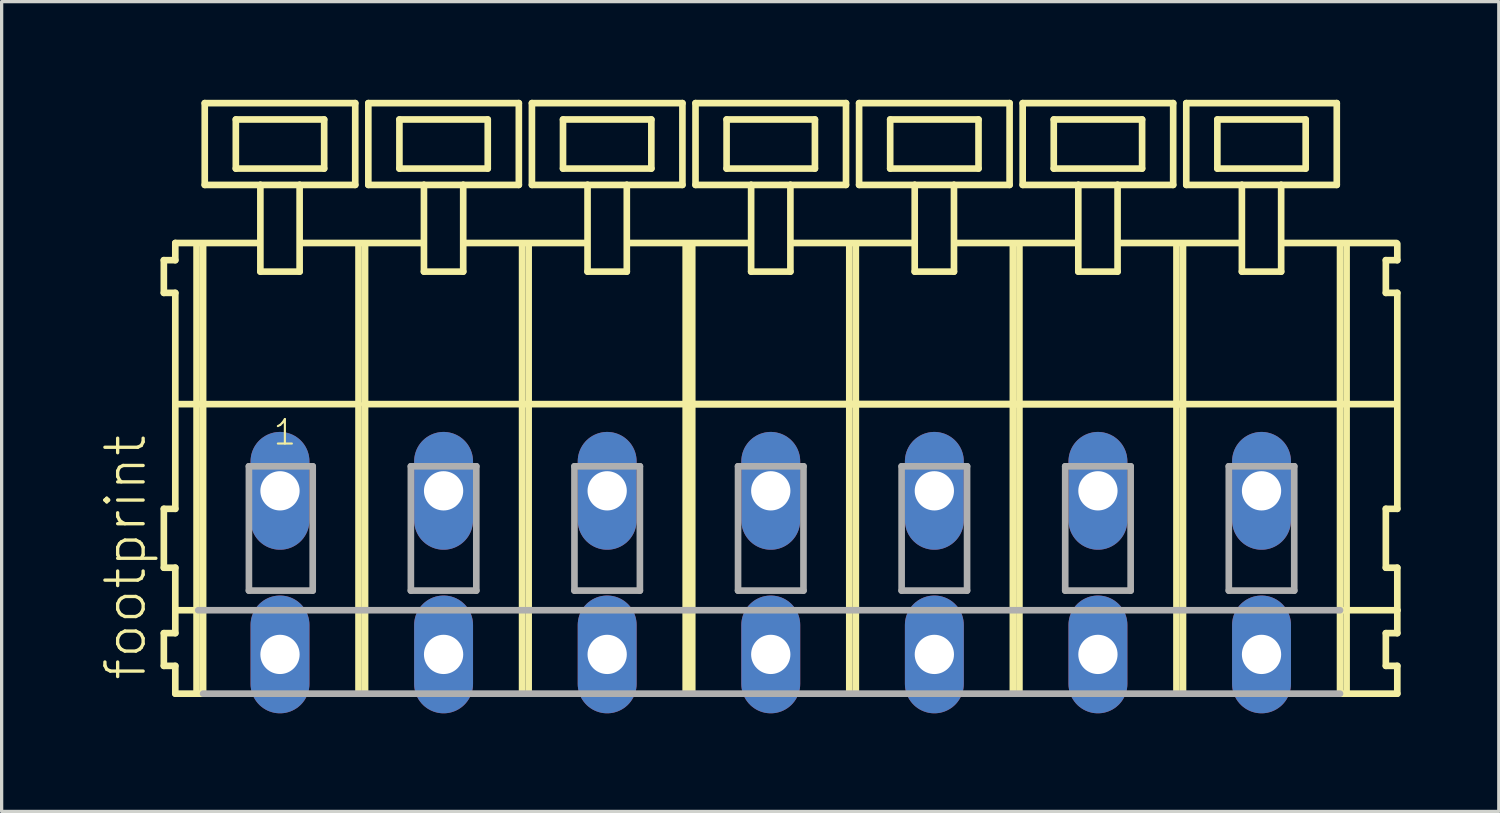
<source format=kicad_pcb>
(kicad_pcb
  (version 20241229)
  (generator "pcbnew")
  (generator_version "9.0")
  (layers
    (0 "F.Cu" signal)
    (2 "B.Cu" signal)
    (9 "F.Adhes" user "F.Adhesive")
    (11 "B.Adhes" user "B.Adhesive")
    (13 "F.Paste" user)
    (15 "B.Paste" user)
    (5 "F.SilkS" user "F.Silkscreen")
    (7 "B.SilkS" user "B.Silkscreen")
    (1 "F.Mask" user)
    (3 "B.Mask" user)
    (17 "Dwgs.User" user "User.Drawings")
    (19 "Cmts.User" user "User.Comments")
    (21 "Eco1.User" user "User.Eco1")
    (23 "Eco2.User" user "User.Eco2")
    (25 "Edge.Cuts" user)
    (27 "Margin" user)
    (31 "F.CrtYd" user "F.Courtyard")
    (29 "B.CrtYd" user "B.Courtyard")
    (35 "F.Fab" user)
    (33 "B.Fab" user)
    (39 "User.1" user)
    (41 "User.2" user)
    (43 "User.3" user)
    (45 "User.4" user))
  (footprint "footprint"
    (layer "F.Cu")
    (at 18.008 11.952)
    (property "Reference" "footprint" (at -16.535 5.855 90) (layer "F.SilkS") (effects (font (size 1.168 1.168) (thickness 0.102)) (justify left bottom)))
    (fp_line (start -16.05 -7.05) (end -16.05 -6.05) (stroke (width 0.203) (type solid)) (layer "F.SilkS"))
    (fp_line (start -16.05 -6.05) (end -15.7 -6.05) (stroke (width 0.203) (type solid)) (layer "F.SilkS"))
    (fp_line (start -16.05 0.55) (end -16.05 2.35) (stroke (width 0.203) (type solid)) (layer "F.SilkS"))
    (fp_line (start -16.05 2.35) (end -15.7 2.35) (stroke (width 0.203) (type solid)) (layer "F.SilkS"))
    (fp_line (start -16.05 4.35) (end -16.05 5.35) (stroke (width 0.203) (type solid)) (layer "F.SilkS"))
    (fp_line (start -16.05 5.35) (end -15.7 5.35) (stroke (width 0.203) (type solid)) (layer "F.SilkS"))
    (fp_line (start -15.7 -7.575) (end -15.7 -7.05) (stroke (width 0.203) (type solid)) (layer "F.SilkS"))
    (fp_line (start -15.7 -7.575) (end -13.125 -7.575) (stroke (width 0.203) (type solid)) (layer "F.SilkS"))
    (fp_line (start -15.7 -7.05) (end -16.05 -7.05) (stroke (width 0.203) (type solid)) (layer "F.SilkS"))
    (fp_line (start -15.7 -6.05) (end -15.7 0.55) (stroke (width 0.203) (type solid)) (layer "F.SilkS"))
    (fp_line (start -15.7 0.55) (end -16.05 0.55) (stroke (width 0.203) (type solid)) (layer "F.SilkS"))
    (fp_line (start -15.7 2.35) (end -15.7 4.35) (stroke (width 0.203) (type solid)) (layer "F.SilkS"))
    (fp_line (start -15.7 3.65) (end -15 3.65) (stroke (width 0.203) (type solid)) (layer "F.SilkS"))
    (fp_line (start -15.7 4.35) (end -16.05 4.35) (stroke (width 0.203) (type solid)) (layer "F.SilkS"))
    (fp_line (start -15.7 5.35) (end -15.7 6.2) (stroke (width 0.203) (type solid)) (layer "F.SilkS"))
    (fp_line (start -15.7 6.2) (end -15.05 6.2) (stroke (width 0.203) (type solid)) (layer "F.SilkS"))
    (fp_line (start -15.65 -2.65) (end -10.1 -2.65) (stroke (width 0.203) (type solid)) (layer "F.SilkS"))
    (fp_line (start -15.05 -7.55) (end -15.05 6.2) (stroke (width 0.203) (type solid)) (layer "F.SilkS"))
    (fp_line (start -15.05 6.2) (end -14.85 6.2) (stroke (width 0.203) (type solid)) (layer "F.SilkS"))
    (fp_line (start -14.85 -7.55) (end -14.85 6.2) (stroke (width 0.203) (type solid)) (layer "F.SilkS"))
    (fp_line (start -14.8 -11.85) (end -14.8 -9.35) (stroke (width 0.203) (type solid)) (layer "F.SilkS"))
    (fp_line (start -14.8 -9.35) (end -13.1 -9.35) (stroke (width 0.203) (type solid)) (layer "F.SilkS"))
    (fp_line (start -13.85 -11.35) (end -13.85 -9.85) (stroke (width 0.203) (type solid)) (layer "F.SilkS"))
    (fp_line (start -13.85 -9.85) (end -11.15 -9.85) (stroke (width 0.203) (type solid)) (layer "F.SilkS"))
    (fp_line (start -13.1 -9.35) (end -13.1 -6.7) (stroke (width 0.203) (type solid)) (layer "F.SilkS"))
    (fp_line (start -13.1 -9.35) (end -11.9 -9.35) (stroke (width 0.203) (type solid)) (layer "F.SilkS"))
    (fp_line (start -13.1 -6.7) (end -11.9 -6.7) (stroke (width 0.203) (type solid)) (layer "F.SilkS"))
    (fp_line (start -11.9 -9.35) (end -10.2 -9.35) (stroke (width 0.203) (type solid)) (layer "F.SilkS"))
    (fp_line (start -11.9 -6.7) (end -11.9 -9.35) (stroke (width 0.203) (type solid)) (layer "F.SilkS"))
    (fp_line (start -11.825 -7.575) (end -8.125 -7.575) (stroke (width 0.203) (type solid)) (layer "F.SilkS"))
    (fp_line (start -11.15 -11.35) (end -13.85 -11.35) (stroke (width 0.203) (type solid)) (layer "F.SilkS"))
    (fp_line (start -11.15 -9.85) (end -11.15 -11.35) (stroke (width 0.203) (type solid)) (layer "F.SilkS"))
    (fp_line (start -10.2 -11.85) (end -14.8 -11.85) (stroke (width 0.203) (type solid)) (layer "F.SilkS"))
    (fp_line (start -10.2 -9.35) (end -10.2 -11.85) (stroke (width 0.203) (type solid)) (layer "F.SilkS"))
    (fp_line (start -10.1 -7.55) (end -10.1 -2.65) (stroke (width 0.203) (type solid)) (layer "F.SilkS"))
    (fp_line (start -10.1 -2.65) (end -10.1 6.2) (stroke (width 0.203) (type solid)) (layer "F.SilkS"))
    (fp_line (start -9.9 -7.55) (end -9.9 -2.65) (stroke (width 0.203) (type solid)) (layer "F.SilkS"))
    (fp_line (start -9.9 -2.65) (end -9.9 6.2) (stroke (width 0.203) (type solid)) (layer "F.SilkS"))
    (fp_line (start -9.9 -2.65) (end -5.1 -2.65) (stroke (width 0.203) (type solid)) (layer "F.SilkS"))
    (fp_line (start -9.8 -11.85) (end -9.8 -9.35) (stroke (width 0.203) (type solid)) (layer "F.SilkS"))
    (fp_line (start -9.8 -9.35) (end -8.1 -9.35) (stroke (width 0.203) (type solid)) (layer "F.SilkS"))
    (fp_line (start -8.85 -11.35) (end -8.85 -9.85) (stroke (width 0.203) (type solid)) (layer "F.SilkS"))
    (fp_line (start -8.85 -9.85) (end -6.15 -9.85) (stroke (width 0.203) (type solid)) (layer "F.SilkS"))
    (fp_line (start -8.1 -9.35) (end -8.1 -6.7) (stroke (width 0.203) (type solid)) (layer "F.SilkS"))
    (fp_line (start -8.1 -9.35) (end -6.9 -9.35) (stroke (width 0.203) (type solid)) (layer "F.SilkS"))
    (fp_line (start -8.1 -6.7) (end -6.9 -6.7) (stroke (width 0.203) (type solid)) (layer "F.SilkS"))
    (fp_line (start -6.9 -9.35) (end -5.2 -9.35) (stroke (width 0.203) (type solid)) (layer "F.SilkS"))
    (fp_line (start -6.9 -6.7) (end -6.9 -9.35) (stroke (width 0.203) (type solid)) (layer "F.SilkS"))
    (fp_line (start -6.875 -7.575) (end -3.125 -7.575) (stroke (width 0.203) (type solid)) (layer "F.SilkS"))
    (fp_line (start -6.15 -11.35) (end -8.85 -11.35) (stroke (width 0.203) (type solid)) (layer "F.SilkS"))
    (fp_line (start -6.15 -9.85) (end -6.15 -11.35) (stroke (width 0.203) (type solid)) (layer "F.SilkS"))
    (fp_line (start -5.2 -11.85) (end -9.8 -11.85) (stroke (width 0.203) (type solid)) (layer "F.SilkS"))
    (fp_line (start -5.2 -9.35) (end -5.2 -11.85) (stroke (width 0.203) (type solid)) (layer "F.SilkS"))
    (fp_line (start -5.1 -7.55) (end -5.1 -2.65) (stroke (width 0.203) (type solid)) (layer "F.SilkS"))
    (fp_line (start -5.1 -2.65) (end -5.1 6.2) (stroke (width 0.203) (type solid)) (layer "F.SilkS"))
    (fp_line (start -5.1 -2.65) (end -4.9 -2.65) (stroke (width 0.203) (type solid)) (layer "F.SilkS"))
    (fp_line (start -4.9 -7.55) (end -4.9 -2.65) (stroke (width 0.203) (type solid)) (layer "F.SilkS"))
    (fp_line (start -4.9 -2.65) (end -4.9 6.2) (stroke (width 0.203) (type solid)) (layer "F.SilkS"))
    (fp_line (start -4.9 -2.65) (end -0.1 -2.65) (stroke (width 0.203) (type solid)) (layer "F.SilkS"))
    (fp_line (start -4.8 -11.85) (end -4.8 -9.35) (stroke (width 0.203) (type solid)) (layer "F.SilkS"))
    (fp_line (start -4.8 -9.35) (end -3.1 -9.35) (stroke (width 0.203) (type solid)) (layer "F.SilkS"))
    (fp_line (start -3.85 -11.35) (end -3.85 -9.85) (stroke (width 0.203) (type solid)) (layer "F.SilkS"))
    (fp_line (start -3.85 -9.85) (end -1.15 -9.85) (stroke (width 0.203) (type solid)) (layer "F.SilkS"))
    (fp_line (start -3.1 -9.35) (end -3.1 -6.7) (stroke (width 0.203) (type solid)) (layer "F.SilkS"))
    (fp_line (start -3.1 -9.35) (end -1.9 -9.35) (stroke (width 0.203) (type solid)) (layer "F.SilkS"))
    (fp_line (start -3.1 -6.7) (end -1.9 -6.7) (stroke (width 0.203) (type solid)) (layer "F.SilkS"))
    (fp_line (start -1.9 -9.35) (end -0.2 -9.35) (stroke (width 0.203) (type solid)) (layer "F.SilkS"))
    (fp_line (start -1.9 -6.7) (end -1.9 -9.35) (stroke (width 0.203) (type solid)) (layer "F.SilkS"))
    (fp_line (start -1.875 -7.575) (end 1.875 -7.575) (stroke (width 0.203) (type solid)) (layer "F.SilkS"))
    (fp_line (start -1.15 -11.35) (end -3.85 -11.35) (stroke (width 0.203) (type solid)) (layer "F.SilkS"))
    (fp_line (start -1.15 -9.85) (end -1.15 -11.35) (stroke (width 0.203) (type solid)) (layer "F.SilkS"))
    (fp_line (start -0.2 -11.85) (end -4.8 -11.85) (stroke (width 0.203) (type solid)) (layer "F.SilkS"))
    (fp_line (start -0.2 -9.35) (end -0.2 -11.85) (stroke (width 0.203) (type solid)) (layer "F.SilkS"))
    (fp_line (start -0.1 -7.55) (end -0.1 -2.65) (stroke (width 0.203) (type solid)) (layer "F.SilkS"))
    (fp_line (start -0.1 -2.65) (end -0.1 6.2) (stroke (width 0.203) (type solid)) (layer "F.SilkS"))
    (fp_line (start -0.1 -2.65) (end 0.1 -2.65) (stroke (width 0.203) (type solid)) (layer "F.SilkS"))
    (fp_line (start -0.1 -2.65) (end 19.9 -2.65) (stroke (width 0.203) (type solid)) (layer "F.SilkS"))
    (fp_line (start 0.1 -7.55) (end 0.1 -2.65) (stroke (width 0.203) (type solid)) (layer "F.SilkS"))
    (fp_line (start 0.1 -2.65) (end 0.1 6.2) (stroke (width 0.203) (type solid)) (layer "F.SilkS"))
    (fp_line (start 0.1 -2.65) (end 4.9 -2.65) (stroke (width 0.203) (type solid)) (layer "F.SilkS"))
    (fp_line (start 0.2 -11.85) (end 0.2 -9.35) (stroke (width 0.203) (type solid)) (layer "F.SilkS"))
    (fp_line (start 0.2 -9.35) (end 1.9 -9.35) (stroke (width 0.203) (type solid)) (layer "F.SilkS"))
    (fp_line (start 1.15 -11.35) (end 1.15 -9.85) (stroke (width 0.203) (type solid)) (layer "F.SilkS"))
    (fp_line (start 1.15 -9.85) (end 3.85 -9.85) (stroke (width 0.203) (type solid)) (layer "F.SilkS"))
    (fp_line (start 1.9 -9.35) (end 1.9 -6.7) (stroke (width 0.203) (type solid)) (layer "F.SilkS"))
    (fp_line (start 1.9 -9.35) (end 3.1 -9.35) (stroke (width 0.203) (type solid)) (layer "F.SilkS"))
    (fp_line (start 1.9 -6.7) (end 3.1 -6.7) (stroke (width 0.203) (type solid)) (layer "F.SilkS"))
    (fp_line (start 3.1 -9.35) (end 4.8 -9.35) (stroke (width 0.203) (type solid)) (layer "F.SilkS"))
    (fp_line (start 3.1 -6.7) (end 3.1 -9.35) (stroke (width 0.203) (type solid)) (layer "F.SilkS"))
    (fp_line (start 3.125 -7.575) (end 6.875 -7.575) (stroke (width 0.203) (type solid)) (layer "F.SilkS"))
    (fp_line (start 3.85 -11.35) (end 1.15 -11.35) (stroke (width 0.203) (type solid)) (layer "F.SilkS"))
    (fp_line (start 3.85 -9.85) (end 3.85 -11.35) (stroke (width 0.203) (type solid)) (layer "F.SilkS"))
    (fp_line (start 4.8 -11.85) (end 0.2 -11.85) (stroke (width 0.203) (type solid)) (layer "F.SilkS"))
    (fp_line (start 4.8 -9.35) (end 4.8 -11.85) (stroke (width 0.203) (type solid)) (layer "F.SilkS"))
    (fp_line (start 4.9 -7.55) (end 4.9 -2.65) (stroke (width 0.203) (type solid)) (layer "F.SilkS"))
    (fp_line (start 4.9 -2.65) (end 4.9 6.2) (stroke (width 0.203) (type solid)) (layer "F.SilkS"))
    (fp_line (start 4.9 -2.65) (end 5.1 -2.65) (stroke (width 0.203) (type solid)) (layer "F.SilkS"))
    (fp_line (start 5.1 -7.55) (end 5.1 -2.65) (stroke (width 0.203) (type solid)) (layer "F.SilkS"))
    (fp_line (start 5.1 -2.65) (end 5.1 6.2) (stroke (width 0.203) (type solid)) (layer "F.SilkS"))
    (fp_line (start 5.1 -2.65) (end 9.9 -2.65) (stroke (width 0.203) (type solid)) (layer "F.SilkS"))
    (fp_line (start 5.2 -11.85) (end 5.2 -9.35) (stroke (width 0.203) (type solid)) (layer "F.SilkS"))
    (fp_line (start 5.2 -9.35) (end 6.9 -9.35) (stroke (width 0.203) (type solid)) (layer "F.SilkS"))
    (fp_line (start 6.15 -11.35) (end 6.15 -9.85) (stroke (width 0.203) (type solid)) (layer "F.SilkS"))
    (fp_line (start 6.15 -9.85) (end 8.85 -9.85) (stroke (width 0.203) (type solid)) (layer "F.SilkS"))
    (fp_line (start 6.9 -9.35) (end 6.9 -6.7) (stroke (width 0.203) (type solid)) (layer "F.SilkS"))
    (fp_line (start 6.9 -9.35) (end 8.1 -9.35) (stroke (width 0.203) (type solid)) (layer "F.SilkS"))
    (fp_line (start 6.9 -6.7) (end 8.1 -6.7) (stroke (width 0.203) (type solid)) (layer "F.SilkS"))
    (fp_line (start 8.1 -9.35) (end 9.8 -9.35) (stroke (width 0.203) (type solid)) (layer "F.SilkS"))
    (fp_line (start 8.1 -6.7) (end 8.1 -9.35) (stroke (width 0.203) (type solid)) (layer "F.SilkS"))
    (fp_line (start 8.125 -7.575) (end 11.875 -7.575) (stroke (width 0.203) (type solid)) (layer "F.SilkS"))
    (fp_line (start 8.85 -11.35) (end 6.15 -11.35) (stroke (width 0.203) (type solid)) (layer "F.SilkS"))
    (fp_line (start 8.85 -9.85) (end 8.85 -11.35) (stroke (width 0.203) (type solid)) (layer "F.SilkS"))
    (fp_line (start 9.8 -11.85) (end 5.2 -11.85) (stroke (width 0.203) (type solid)) (layer "F.SilkS"))
    (fp_line (start 9.8 -9.35) (end 9.8 -11.85) (stroke (width 0.203) (type solid)) (layer "F.SilkS"))
    (fp_line (start 9.9 -7.55) (end 9.9 -2.65) (stroke (width 0.203) (type solid)) (layer "F.SilkS"))
    (fp_line (start 9.9 -2.65) (end 9.9 6.2) (stroke (width 0.203) (type solid)) (layer "F.SilkS"))
    (fp_line (start 9.9 -2.65) (end 10.1 -2.65) (stroke (width 0.203) (type solid)) (layer "F.SilkS"))
    (fp_line (start 10.1 -7.55) (end 10.1 -2.65) (stroke (width 0.203) (type solid)) (layer "F.SilkS"))
    (fp_line (start 10.1 -2.65) (end 10.1 6.2) (stroke (width 0.203) (type solid)) (layer "F.SilkS"))
    (fp_line (start 10.1 -2.65) (end 14.9 -2.65) (stroke (width 0.203) (type solid)) (layer "F.SilkS"))
    (fp_line (start 10.2 -11.85) (end 10.2 -9.35) (stroke (width 0.203) (type solid)) (layer "F.SilkS"))
    (fp_line (start 10.2 -9.35) (end 11.9 -9.35) (stroke (width 0.203) (type solid)) (layer "F.SilkS"))
    (fp_line (start 11.15 -11.35) (end 11.15 -9.85) (stroke (width 0.203) (type solid)) (layer "F.SilkS"))
    (fp_line (start 11.15 -9.85) (end 13.85 -9.85) (stroke (width 0.203) (type solid)) (layer "F.SilkS"))
    (fp_line (start 11.9 -9.35) (end 11.9 -6.7) (stroke (width 0.203) (type solid)) (layer "F.SilkS"))
    (fp_line (start 11.9 -9.35) (end 13.1 -9.35) (stroke (width 0.203) (type solid)) (layer "F.SilkS"))
    (fp_line (start 11.9 -6.7) (end 13.1 -6.7) (stroke (width 0.203) (type solid)) (layer "F.SilkS"))
    (fp_line (start 13.1 -9.35) (end 14.8 -9.35) (stroke (width 0.203) (type solid)) (layer "F.SilkS"))
    (fp_line (start 13.1 -6.7) (end 13.1 -9.35) (stroke (width 0.203) (type solid)) (layer "F.SilkS"))
    (fp_line (start 13.125 -7.575) (end 16.875 -7.575) (stroke (width 0.203) (type solid)) (layer "F.SilkS"))
    (fp_line (start 13.85 -11.35) (end 11.15 -11.35) (stroke (width 0.203) (type solid)) (layer "F.SilkS"))
    (fp_line (start 13.85 -9.85) (end 13.85 -11.35) (stroke (width 0.203) (type solid)) (layer "F.SilkS"))
    (fp_line (start 14.8 -11.85) (end 10.2 -11.85) (stroke (width 0.203) (type solid)) (layer "F.SilkS"))
    (fp_line (start 14.8 -9.35) (end 14.8 -11.85) (stroke (width 0.203) (type solid)) (layer "F.SilkS"))
    (fp_line (start 14.9 -7.55) (end 14.9 -2.65) (stroke (width 0.203) (type solid)) (layer "F.SilkS"))
    (fp_line (start 14.9 -2.65) (end 14.9 6.2) (stroke (width 0.203) (type solid)) (layer "F.SilkS"))
    (fp_line (start 14.9 -2.65) (end 15.1 -2.65) (stroke (width 0.203) (type solid)) (layer "F.SilkS"))
    (fp_line (start 15.1 -7.55) (end 15.1 -2.65) (stroke (width 0.203) (type solid)) (layer "F.SilkS"))
    (fp_line (start 15.1 -2.65) (end 15.1 6.2) (stroke (width 0.203) (type solid)) (layer "F.SilkS"))
    (fp_line (start 15.2 -11.85) (end 15.2 -9.35) (stroke (width 0.203) (type solid)) (layer "F.SilkS"))
    (fp_line (start 15.2 -9.35) (end 16.9 -9.35) (stroke (width 0.203) (type solid)) (layer "F.SilkS"))
    (fp_line (start 16.15 -11.35) (end 16.15 -9.85) (stroke (width 0.203) (type solid)) (layer "F.SilkS"))
    (fp_line (start 16.15 -9.85) (end 18.85 -9.85) (stroke (width 0.203) (type solid)) (layer "F.SilkS"))
    (fp_line (start 16.9 -9.35) (end 16.9 -6.7) (stroke (width 0.203) (type solid)) (layer "F.SilkS"))
    (fp_line (start 16.9 -9.35) (end 18.1 -9.35) (stroke (width 0.203) (type solid)) (layer "F.SilkS"))
    (fp_line (start 16.9 -6.7) (end 18.1 -6.7) (stroke (width 0.203) (type solid)) (layer "F.SilkS"))
    (fp_line (start 18.1 -9.35) (end 19.8 -9.35) (stroke (width 0.203) (type solid)) (layer "F.SilkS"))
    (fp_line (start 18.1 -6.7) (end 18.1 -9.35) (stroke (width 0.203) (type solid)) (layer "F.SilkS"))
    (fp_line (start 18.125 -7.575) (end 21.625 -7.575) (stroke (width 0.203) (type solid)) (layer "F.SilkS"))
    (fp_line (start 18.85 -11.35) (end 16.15 -11.35) (stroke (width 0.203) (type solid)) (layer "F.SilkS"))
    (fp_line (start 18.85 -9.85) (end 18.85 -11.35) (stroke (width 0.203) (type solid)) (layer "F.SilkS"))
    (fp_line (start 19.8 -11.85) (end 15.2 -11.85) (stroke (width 0.203) (type solid)) (layer "F.SilkS"))
    (fp_line (start 19.8 -9.35) (end 19.8 -11.85) (stroke (width 0.203) (type solid)) (layer "F.SilkS"))
    (fp_line (start 19.9 -7.55) (end 19.9 -2.65) (stroke (width 0.203) (type solid)) (layer "F.SilkS"))
    (fp_line (start 19.9 -2.65) (end 19.9 6.2) (stroke (width 0.203) (type solid)) (layer "F.SilkS"))
    (fp_line (start 19.9 -2.65) (end 20.1 -2.65) (stroke (width 0.203) (type solid)) (layer "F.SilkS"))
    (fp_line (start 19.9 6.2) (end 20.1 6.2) (stroke (width 0.203) (type solid)) (layer "F.SilkS"))
    (fp_line (start 19.95 3.65) (end 21.65 3.65) (stroke (width 0.203) (type solid)) (layer "F.SilkS"))
    (fp_line (start 20.1 -7.55) (end 20.1 -2.65) (stroke (width 0.203) (type solid)) (layer "F.SilkS"))
    (fp_line (start 20.1 -2.65) (end 20.1 6.2) (stroke (width 0.203) (type solid)) (layer "F.SilkS"))
    (fp_line (start 20.1 -2.65) (end 21.6 -2.65) (stroke (width 0.203) (type solid)) (layer "F.SilkS"))
    (fp_line (start 20.1 6.2) (end 21.65 6.2) (stroke (width 0.203) (type solid)) (layer "F.SilkS"))
    (fp_line (start 21.3 -7.05) (end 21.3 -6.05) (stroke (width 0.203) (type solid)) (layer "F.SilkS"))
    (fp_line (start 21.3 -6.05) (end 21.65 -6.05) (stroke (width 0.203) (type solid)) (layer "F.SilkS"))
    (fp_line (start 21.3 0.55) (end 21.3 2.35) (stroke (width 0.203) (type solid)) (layer "F.SilkS"))
    (fp_line (start 21.3 2.35) (end 21.65 2.35) (stroke (width 0.203) (type solid)) (layer "F.SilkS"))
    (fp_line (start 21.3 4.35) (end 21.3 5.35) (stroke (width 0.203) (type solid)) (layer "F.SilkS"))
    (fp_line (start 21.3 5.35) (end 21.65 5.35) (stroke (width 0.203) (type solid)) (layer "F.SilkS"))
    (fp_line (start 21.65 -7.05) (end 21.3 -7.05) (stroke (width 0.203) (type solid)) (layer "F.SilkS"))
    (fp_line (start 21.65 -7.05) (end 21.65 -7.55) (stroke (width 0.203) (type solid)) (layer "F.SilkS"))
    (fp_line (start 21.65 0.55) (end 21.3 0.55) (stroke (width 0.203) (type solid)) (layer "F.SilkS"))
    (fp_line (start 21.65 0.55) (end 21.65 -6.05) (stroke (width 0.203) (type solid)) (layer "F.SilkS"))
    (fp_line (start 21.65 3.65) (end 21.65 2.35) (stroke (width 0.203) (type solid)) (layer "F.SilkS"))
    (fp_line (start 21.65 4.35) (end 21.3 4.35) (stroke (width 0.203) (type solid)) (layer "F.SilkS"))
    (fp_line (start 21.65 4.35) (end 21.65 3.65) (stroke (width 0.203) (type solid)) (layer "F.SilkS"))
    (fp_line (start 21.65 6.2) (end 21.65 5.35) (stroke (width 0.203) (type solid)) (layer "F.SilkS"))
    (fp_line (start -15 3.65) (end 19.9 3.65) (stroke (width 0.203) (type solid)) (layer "F.Fab"))
    (fp_line (start -14.85 6.2) (end 19.9 6.2) (stroke (width 0.203) (type solid)) (layer "F.Fab"))
    (fp_line (start -13.45 -0.75) (end -13.45 3.05) (stroke (width 0.203) (type solid)) (layer "F.Fab"))
    (fp_line (start -13.45 3.05) (end -11.5 3.05) (stroke (width 0.203) (type solid)) (layer "F.Fab"))
    (fp_line (start -11.5 -0.75) (end -13.45 -0.75) (stroke (width 0.203) (type solid)) (layer "F.Fab"))
    (fp_line (start -11.5 3.05) (end -11.5 -0.75) (stroke (width 0.203) (type solid)) (layer "F.Fab"))
    (fp_line (start -8.5 -0.75) (end -8.5 3.05) (stroke (width 0.203) (type solid)) (layer "F.Fab"))
    (fp_line (start -8.5 3.05) (end -6.5 3.05) (stroke (width 0.203) (type solid)) (layer "F.Fab"))
    (fp_line (start -6.5 -0.75) (end -8.5 -0.75) (stroke (width 0.203) (type solid)) (layer "F.Fab"))
    (fp_line (start -6.5 3.05) (end -6.5 -0.75) (stroke (width 0.203) (type solid)) (layer "F.Fab"))
    (fp_line (start -3.5 -0.75) (end -3.5 3.05) (stroke (width 0.203) (type solid)) (layer "F.Fab"))
    (fp_line (start -3.5 3.05) (end -1.5 3.05) (stroke (width 0.203) (type solid)) (layer "F.Fab"))
    (fp_line (start -1.5 -0.75) (end -3.5 -0.75) (stroke (width 0.203) (type solid)) (layer "F.Fab"))
    (fp_line (start -1.5 3.05) (end -1.5 -0.75) (stroke (width 0.203) (type solid)) (layer "F.Fab"))
    (fp_line (start 1.5 -0.75) (end 1.5 3.05) (stroke (width 0.203) (type solid)) (layer "F.Fab"))
    (fp_line (start 1.5 3.05) (end 3.5 3.05) (stroke (width 0.203) (type solid)) (layer "F.Fab"))
    (fp_line (start 3.5 -0.75) (end 1.5 -0.75) (stroke (width 0.203) (type solid)) (layer "F.Fab"))
    (fp_line (start 3.5 3.05) (end 3.5 -0.75) (stroke (width 0.203) (type solid)) (layer "F.Fab"))
    (fp_line (start 6.5 -0.75) (end 6.5 3.05) (stroke (width 0.203) (type solid)) (layer "F.Fab"))
    (fp_line (start 6.5 3.05) (end 8.5 3.05) (stroke (width 0.203) (type solid)) (layer "F.Fab"))
    (fp_line (start 8.5 -0.75) (end 6.5 -0.75) (stroke (width 0.203) (type solid)) (layer "F.Fab"))
    (fp_line (start 8.5 3.05) (end 8.5 -0.75) (stroke (width 0.203) (type solid)) (layer "F.Fab"))
    (fp_line (start 11.5 -0.75) (end 11.5 3.05) (stroke (width 0.203) (type solid)) (layer "F.Fab"))
    (fp_line (start 11.5 3.05) (end 13.5 3.05) (stroke (width 0.203) (type solid)) (layer "F.Fab"))
    (fp_line (start 13.5 -0.75) (end 11.5 -0.75) (stroke (width 0.203) (type solid)) (layer "F.Fab"))
    (fp_line (start 13.5 3.05) (end 13.5 -0.75) (stroke (width 0.203) (type solid)) (layer "F.Fab"))
    (fp_line (start 16.5 -0.75) (end 16.5 3.05) (stroke (width 0.203) (type solid)) (layer "F.Fab"))
    (fp_line (start 16.5 3.05) (end 18.5 3.05) (stroke (width 0.203) (type solid)) (layer "F.Fab"))
    (fp_line (start 18.5 -0.75) (end 16.5 -0.75) (stroke (width 0.203) (type solid)) (layer "F.Fab"))
    (fp_line (start 18.5 3.05) (end 18.5 -0.75) (stroke (width 0.203) (type solid)) (layer "F.Fab"))
    (fp_text user "1" (at -12.75 -1.35 0) (layer "F.SilkS") (effects (font (size 0.748 0.748) (thickness 0.065)) (justify left bottom)))
    (pad "A1" thru_hole oval (at -12.5 0 90) (size 3.6 1.8) (drill 1.2) (layers "*.Cu" "*.Mask"))
    (pad "A2" thru_hole oval (at -7.5 0 90) (size 3.6 1.8) (drill 1.2) (layers "*.Cu" "*.Mask"))
    (pad "A3" thru_hole oval (at -2.5 0 90) (size 3.6 1.8) (drill 1.2) (layers "*.Cu" "*.Mask"))
    (pad "A4" thru_hole oval (at 2.5 0 90) (size 3.6 1.8) (drill 1.2) (layers "*.Cu" "*.Mask"))
    (pad "A5" thru_hole oval (at 7.5 0 90) (size 3.6 1.8) (drill 1.2) (layers "*.Cu" "*.Mask"))
    (pad "A6" thru_hole oval (at 12.5 0 90) (size 3.6 1.8) (drill 1.2) (layers "*.Cu" "*.Mask"))
    (pad "A7" thru_hole oval (at 17.5 0 90) (size 3.6 1.8) (drill 1.2) (layers "*.Cu" "*.Mask"))
    (pad "B1" thru_hole oval (at -12.5 5 90) (size 3.6 1.8) (drill 1.2) (layers "*.Cu" "*.Mask"))
    (pad "B2" thru_hole oval (at -7.5 5 90) (size 3.6 1.8) (drill 1.2) (layers "*.Cu" "*.Mask"))
    (pad "B3" thru_hole oval (at -2.5 5 90) (size 3.6 1.8) (drill 1.2) (layers "*.Cu" "*.Mask"))
    (pad "B4" thru_hole oval (at 2.5 5 90) (size 3.6 1.8) (drill 1.2) (layers "*.Cu" "*.Mask"))
    (pad "B5" thru_hole oval (at 7.5 5 90) (size 3.6 1.8) (drill 1.2) (layers "*.Cu" "*.Mask"))
    (pad "B6" thru_hole oval (at 12.5 5 90) (size 3.6 1.8) (drill 1.2) (layers "*.Cu" "*.Mask"))
    (pad "B7" thru_hole oval (at 17.5 5 90) (size 3.6 1.8) (drill 1.2) (layers "*.Cu" "*.Mask")))
  (gr_rect
    (start -3 -3)
    (end 42.76 21.752)
    (stroke (width 0.1) (type default))
    (fill no)
    (layer "Edge.Cuts")))
</source>
